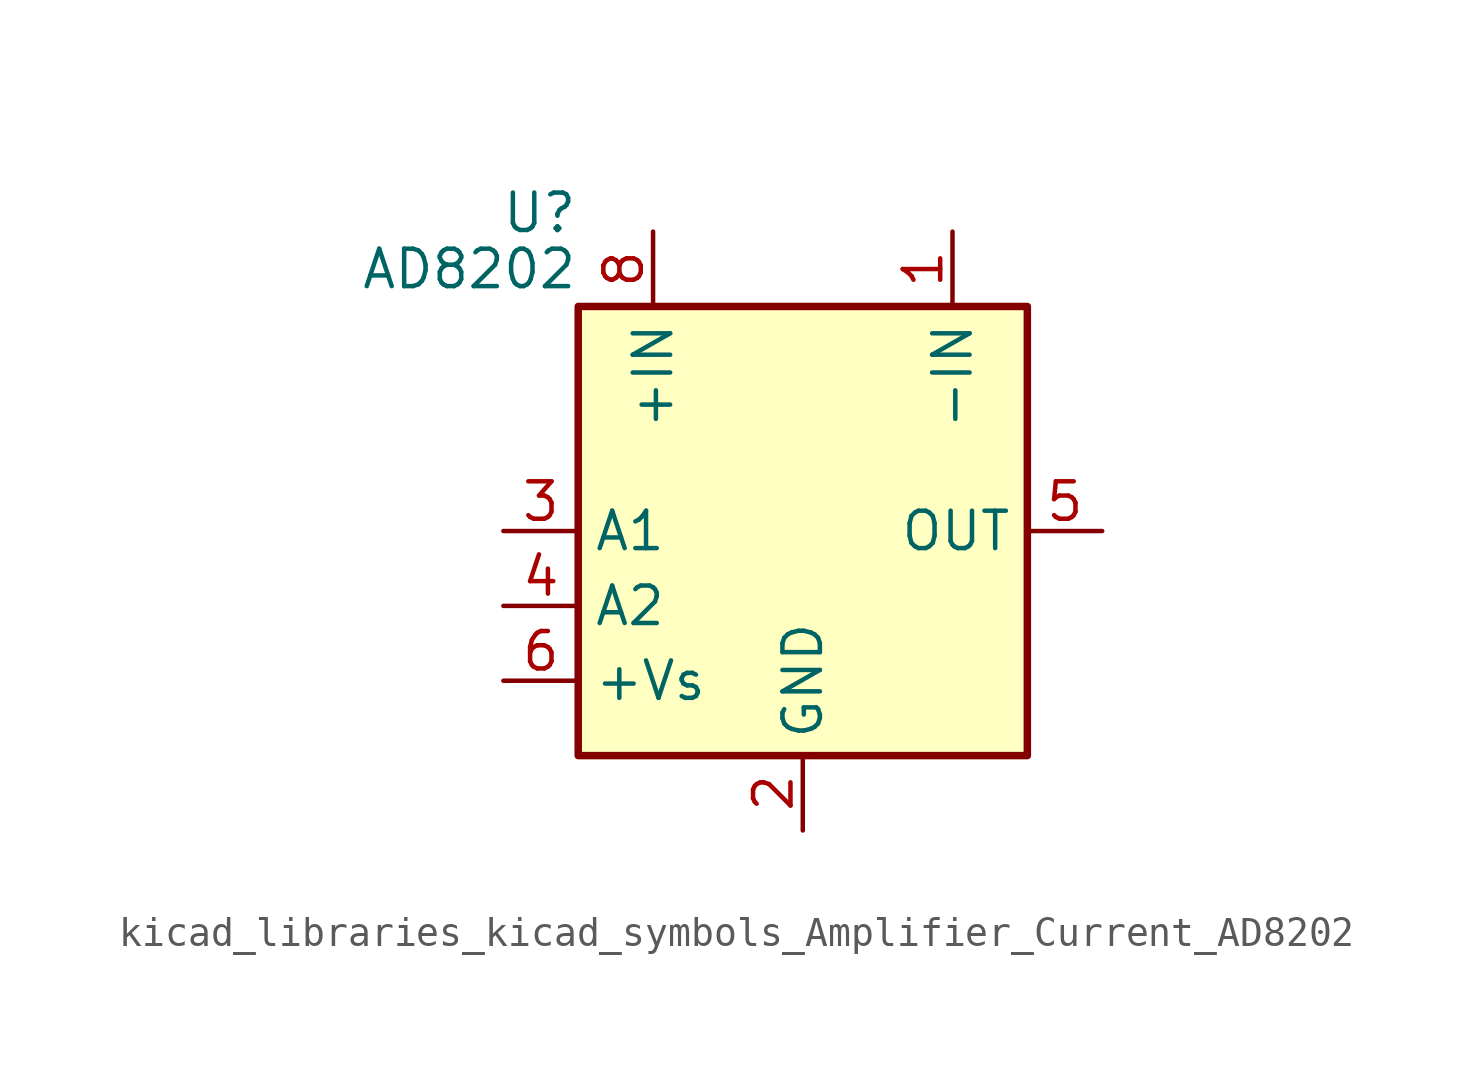
<source format=kicad_sym>
(kicad_symbol_lib
  (version 20220914)
  (generator kicad_symbol_editor)
  (symbol "kicad_libraries_kicad_symbols_Amplifier_Current_AD8202"
    (property "Reference" "U"
      (at -7.62 10.795 0)
      (effects (font (size 1.27 1.27)) (justify right)))
    (property "Value" "AD8202"
      (at -7.62 8.89 0)
      (effects (font (size 1.27 1.27)) (justify right)))
    (symbol "kicad_libraries_kicad_symbols_Amplifier_Current_AD8202_0_1"
      (rectangle (start -7.62 7.62) (end 7.62 -7.62) (stroke (width 0.254) (type default)) (fill (type background))))
    (symbol "kicad_libraries_kicad_symbols_Amplifier_Current_AD8202_1_1"
      (pin input line (at 5.08 10.16 270) (length 2.54) (name "-IN" (effects (font (size 1.27 1.27)))) (number "1" (effects (font (size 1.27 1.27)))))
      (pin power_in line (at 0 -10.16 90) (length 2.54) (name "GND" (effects (font (size 1.27 1.27)))) (number "2" (effects (font (size 1.27 1.27)))))
      (pin output line (at -10.16 0 0) (length 2.54) (name "A1" (effects (font (size 1.27 1.27)))) (number "3" (effects (font (size 1.27 1.27)))))
      (pin input line (at -10.16 -2.54 0) (length 2.54) (name "A2" (effects (font (size 1.27 1.27)))) (number "4" (effects (font (size 1.27 1.27)))))
      (pin output line (at 10.16 0 180) (length 2.54) (name "OUT" (effects (font (size 1.27 1.27)))) (number "5" (effects (font (size 1.27 1.27)))))
      (pin power_in line (at -10.16 -5.08 0) (length 2.54) (name "+Vs" (effects (font (size 1.27 1.27)))) (number "6" (effects (font (size 1.27 1.27)))))
      (pin no_connect line (at 2.54 -7.62 90) (length 2.54) hide (name "NC" (effects (font (size 1.27 1.27)))) (number "7" (effects (font (size 1.27 1.27)))))
      (pin input line (at -5.08 10.16 270) (length 2.54) (name "+IN" (effects (font (size 1.27 1.27)))) (number "8" (effects (font (size 1.27 1.27))))))))
</source>
